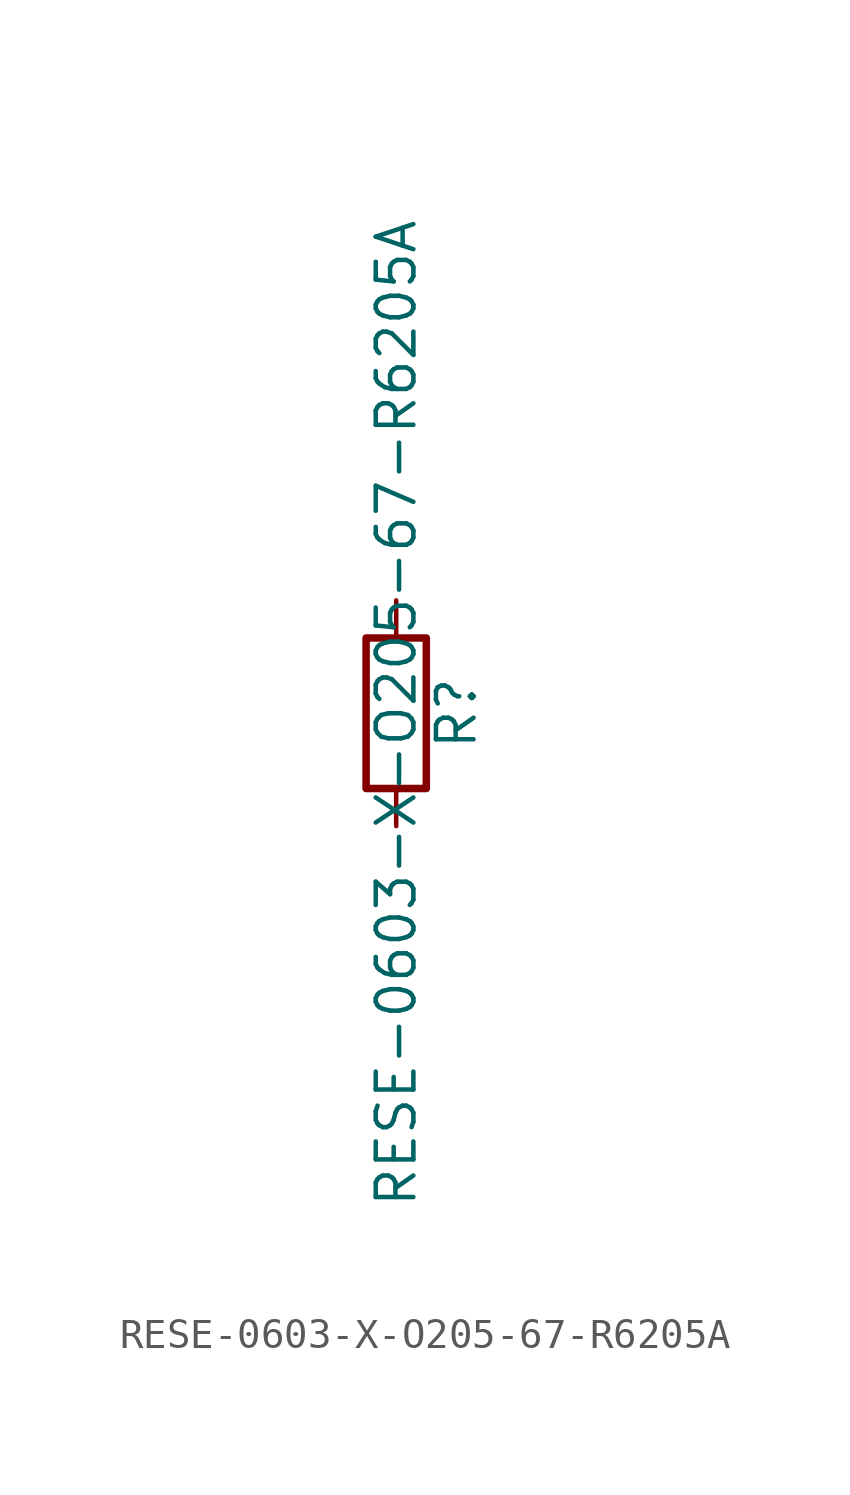
<source format=kicad_sym>
(kicad_symbol_lib
  (version 20211014)
  (generator kicad_symbol_editor)
  (symbol "RESE-0603-X-O205-67-R6205A"
    (pin_numbers hide)
    (pin_names
      (offset 0))
    (property "Reference" "R"
      (at 2.032 0 90)
      (effects (font (size 1.27 1.27))))
    (property "Value" "RESE-0603-X-O205-67-R6205A"
      (at 0 0 90)
      (effects (font (size 1.27 1.27))))
    (symbol "RESE-0603-X-O205-67-R6205A_0_1"
      (rectangle (start -1.016 -2.54) (end 1.016 2.54) (stroke (width 0.254) (type default) (color 0 0 0 0)) (fill (type none))))
    (symbol "RESE-0603-X-O205-67-R6205A_1_1"
      (pin passive line (at 0 3.81 270) (length 1.27) (name "~" (effects (font (size 1.27 1.27)))) (number "1" (effects (font (size 1.27 1.27)))))
      (pin passive line (at 0 -3.81 90) (length 1.27) (name "~" (effects (font (size 1.27 1.27)))) (number "2" (effects (font (size 1.27 1.27))))))))
</source>
